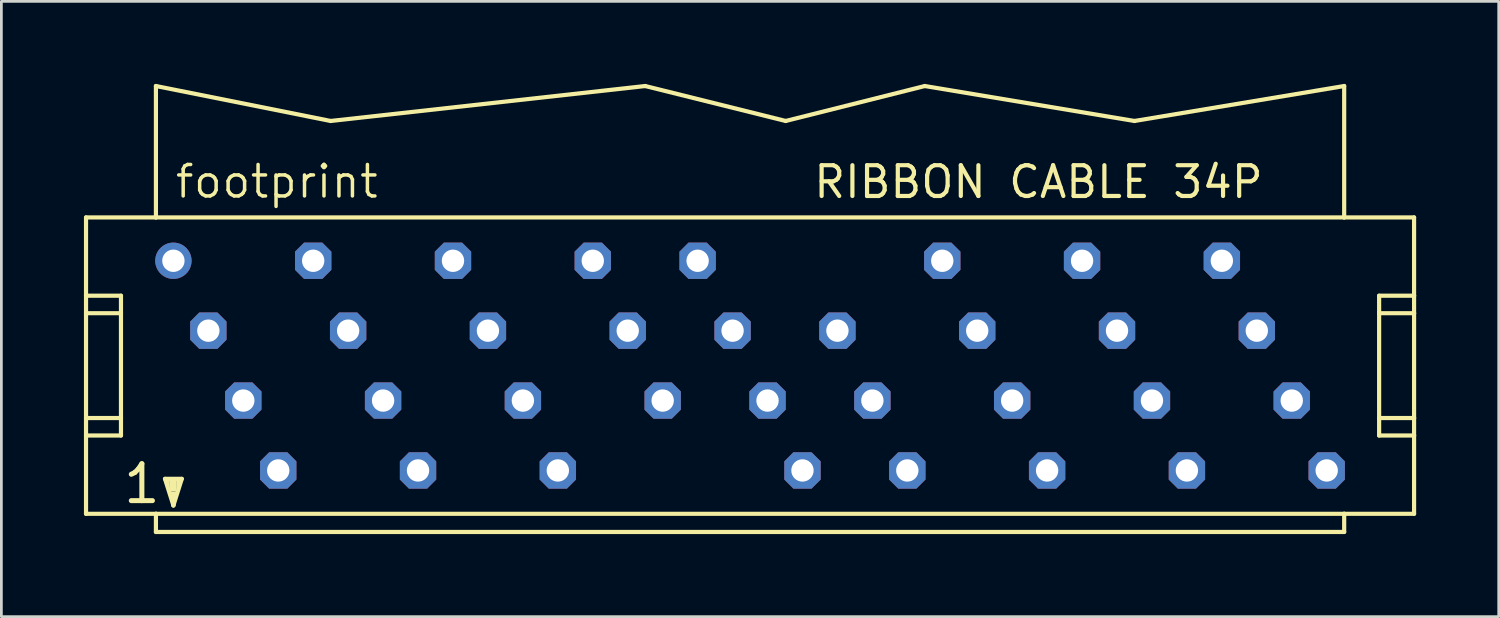
<source format=kicad_pcb>
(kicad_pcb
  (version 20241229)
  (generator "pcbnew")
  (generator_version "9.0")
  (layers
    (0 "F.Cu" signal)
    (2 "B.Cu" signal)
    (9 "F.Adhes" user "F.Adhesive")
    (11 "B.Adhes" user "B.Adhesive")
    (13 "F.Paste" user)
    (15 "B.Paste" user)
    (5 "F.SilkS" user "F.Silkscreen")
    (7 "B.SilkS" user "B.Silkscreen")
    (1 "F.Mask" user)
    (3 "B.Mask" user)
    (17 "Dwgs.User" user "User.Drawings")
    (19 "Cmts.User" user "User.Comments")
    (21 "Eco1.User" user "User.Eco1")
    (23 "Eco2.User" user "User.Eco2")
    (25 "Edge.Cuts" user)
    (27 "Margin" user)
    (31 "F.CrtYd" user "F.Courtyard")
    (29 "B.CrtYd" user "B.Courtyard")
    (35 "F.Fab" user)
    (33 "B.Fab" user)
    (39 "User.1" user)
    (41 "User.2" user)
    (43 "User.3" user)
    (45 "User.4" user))
  (footprint "footprint"
    (layer "F.Cu")
    (at 24.206 10.236)
    (property "Reference" "footprint" (at -20.955 -6.02 0) (layer "F.SilkS") (effects (font (size 1.143 1.143) (thickness 0.127)) (justify left bottom)))
    (fp_line (start -24.13 -5.385) (end -24.13 -2.54) (stroke (width 0.152) (type solid)) (layer "F.SilkS"))
    (fp_line (start -24.13 -2.54) (end -24.13 -1.905) (stroke (width 0.152) (type solid)) (layer "F.SilkS"))
    (fp_line (start -24.13 -2.54) (end -22.86 -2.54) (stroke (width 0.152) (type solid)) (layer "F.SilkS"))
    (fp_line (start -24.13 -1.905) (end -24.13 1.905) (stroke (width 0.152) (type solid)) (layer "F.SilkS"))
    (fp_line (start -24.13 -1.905) (end -22.86 -1.905) (stroke (width 0.152) (type solid)) (layer "F.SilkS"))
    (fp_line (start -24.13 1.905) (end -24.13 2.54) (stroke (width 0.152) (type solid)) (layer "F.SilkS"))
    (fp_line (start -24.13 1.905) (end -22.86 1.905) (stroke (width 0.152) (type solid)) (layer "F.SilkS"))
    (fp_line (start -24.13 2.54) (end -24.13 5.385) (stroke (width 0.152) (type solid)) (layer "F.SilkS"))
    (fp_line (start -24.13 5.385) (end -21.59 5.385) (stroke (width 0.152) (type solid)) (layer "F.SilkS"))
    (fp_line (start -22.86 -2.54) (end -22.86 -1.905) (stroke (width 0.152) (type solid)) (layer "F.SilkS"))
    (fp_line (start -22.86 -1.905) (end -22.86 1.905) (stroke (width 0.152) (type solid)) (layer "F.SilkS"))
    (fp_line (start -22.86 1.905) (end -22.86 2.54) (stroke (width 0.152) (type solid)) (layer "F.SilkS"))
    (fp_line (start -22.86 2.54) (end -24.13 2.54) (stroke (width 0.152) (type solid)) (layer "F.SilkS"))
    (fp_line (start -21.59 -5.385) (end -24.13 -5.385) (stroke (width 0.152) (type solid)) (layer "F.SilkS"))
    (fp_line (start -21.59 -5.385) (end -21.59 -10.16) (stroke (width 0.152) (type solid)) (layer "F.SilkS"))
    (fp_line (start -21.59 5.385) (end 21.59 5.385) (stroke (width 0.152) (type solid)) (layer "F.SilkS"))
    (fp_line (start -21.59 6.045) (end -21.59 5.385) (stroke (width 0.152) (type solid)) (layer "F.SilkS"))
    (fp_line (start -21.26 4.115) (end -20.65 4.115) (stroke (width 0.152) (type solid)) (layer "F.SilkS"))
    (fp_line (start -20.955 5.08) (end -21.26 4.115) (stroke (width 0.152) (type solid)) (layer "F.SilkS"))
    (fp_line (start -20.955 5.08) (end -20.955 4.826) (stroke (width 0.152) (type solid)) (layer "F.SilkS"))
    (fp_line (start -20.65 4.115) (end -20.955 5.08) (stroke (width 0.152) (type solid)) (layer "F.SilkS"))
    (fp_line (start -15.24 -8.89) (end -21.59 -10.16) (stroke (width 0.152) (type solid)) (layer "F.SilkS"))
    (fp_line (start -15.24 -8.89) (end -3.81 -10.16) (stroke (width 0.152) (type solid)) (layer "F.SilkS"))
    (fp_line (start 1.295 -8.89) (end -3.81 -10.16) (stroke (width 0.152) (type solid)) (layer "F.SilkS"))
    (fp_line (start 1.295 -8.89) (end 6.35 -10.16) (stroke (width 0.152) (type solid)) (layer "F.SilkS"))
    (fp_line (start 6.35 -10.16) (end 13.97 -8.89) (stroke (width 0.152) (type solid)) (layer "F.SilkS"))
    (fp_line (start 13.97 -8.89) (end 21.59 -10.16) (stroke (width 0.152) (type solid)) (layer "F.SilkS"))
    (fp_line (start 21.59 -10.16) (end 21.59 -5.385) (stroke (width 0.152) (type solid)) (layer "F.SilkS"))
    (fp_line (start 21.59 -5.385) (end -21.59 -5.385) (stroke (width 0.152) (type solid)) (layer "F.SilkS"))
    (fp_line (start 21.59 5.385) (end 21.59 6.045) (stroke (width 0.152) (type solid)) (layer "F.SilkS"))
    (fp_line (start 21.59 5.385) (end 24.13 5.385) (stroke (width 0.152) (type solid)) (layer "F.SilkS"))
    (fp_line (start 21.59 6.045) (end -21.59 6.045) (stroke (width 0.152) (type solid)) (layer "F.SilkS"))
    (fp_line (start 22.86 -2.54) (end 22.86 -1.905) (stroke (width 0.152) (type solid)) (layer "F.SilkS"))
    (fp_line (start 22.86 -2.54) (end 24.13 -2.54) (stroke (width 0.152) (type solid)) (layer "F.SilkS"))
    (fp_line (start 22.86 -1.905) (end 22.86 1.905) (stroke (width 0.152) (type solid)) (layer "F.SilkS"))
    (fp_line (start 22.86 -1.905) (end 24.13 -1.905) (stroke (width 0.152) (type solid)) (layer "F.SilkS"))
    (fp_line (start 22.86 1.905) (end 22.86 2.54) (stroke (width 0.152) (type solid)) (layer "F.SilkS"))
    (fp_line (start 22.86 1.905) (end 24.13 1.905) (stroke (width 0.152) (type solid)) (layer "F.SilkS"))
    (fp_line (start 24.13 -5.385) (end 21.59 -5.385) (stroke (width 0.152) (type solid)) (layer "F.SilkS"))
    (fp_line (start 24.13 -2.54) (end 24.13 -5.385) (stroke (width 0.152) (type solid)) (layer "F.SilkS"))
    (fp_line (start 24.13 -1.905) (end 24.13 -2.54) (stroke (width 0.152) (type solid)) (layer "F.SilkS"))
    (fp_line (start 24.13 1.905) (end 24.13 -1.905) (stroke (width 0.152) (type solid)) (layer "F.SilkS"))
    (fp_line (start 24.13 2.54) (end 22.86 2.54) (stroke (width 0.152) (type solid)) (layer "F.SilkS"))
    (fp_line (start 24.13 2.54) (end 24.13 1.905) (stroke (width 0.152) (type solid)) (layer "F.SilkS"))
    (fp_line (start 24.13 5.385) (end 24.13 2.54) (stroke (width 0.152) (type solid)) (layer "F.SilkS"))
    (fp_poly (pts (xy -21.209 4.445) (xy -21.082 4.445) (xy -21.082 4.064) (xy -21.209 4.064)) (stroke (width 0) (type solid)) (fill yes) (layer "F.SilkS"))
    (fp_poly (pts (xy -21.082 4.572) (xy -20.828 4.572) (xy -20.828 4.064) (xy -21.082 4.064)) (stroke (width 0) (type solid)) (fill yes) (layer "F.SilkS"))
    (fp_poly (pts (xy -21.082 4.826) (xy -20.828 4.826) (xy -20.828 4.572) (xy -21.082 4.572)) (stroke (width 0) (type solid)) (fill yes) (layer "F.SilkS"))
    (fp_poly (pts (xy -20.828 4.445) (xy -20.701 4.445) (xy -20.701 4.064) (xy -20.828 4.064)) (stroke (width 0) (type solid)) (fill yes) (layer "F.SilkS"))
    (fp_text user "1" (at -22.86 5.08 0) (layer "F.SilkS") (effects (font (size 1.341 1.341) (thickness 0.183)) (justify left bottom)))
    (fp_text user "RIBBON CABLE 34P" (at 2.235 -6.02 0) (layer "F.SilkS") (effects (font (size 1.118 1.118) (thickness 0.152)) (justify left bottom)))
    (pad "1" thru_hole circle (at -20.955 -3.81) (size 1.321 1.321) (drill 0.813) (layers "*.Cu" "*.Mask"))
    (pad "2" thru_hole roundrect (at -19.685 -1.27) (size 1.321 1.321) (drill 0.813) (layers "*.Cu" "*.Mask") (roundrect_rratio 0.25) (chamfer_ratio 0.25) (chamfer top_left top_right bottom_left bottom_right))
    (pad "3" thru_hole roundrect (at -18.415 1.27) (size 1.321 1.321) (drill 0.813) (layers "*.Cu" "*.Mask") (roundrect_rratio 0.25) (chamfer_ratio 0.25) (chamfer top_left top_right bottom_left bottom_right))
    (pad "4" thru_hole roundrect (at -17.145 3.81) (size 1.321 1.321) (drill 0.813) (layers "*.Cu" "*.Mask") (roundrect_rratio 0.25) (chamfer_ratio 0.25) (chamfer top_left top_right bottom_left bottom_right))
    (pad "5" thru_hole roundrect (at -15.875 -3.81) (size 1.321 1.321) (drill 0.813) (layers "*.Cu" "*.Mask") (roundrect_rratio 0.25) (chamfer_ratio 0.25) (chamfer top_left top_right bottom_left bottom_right))
    (pad "6" thru_hole roundrect (at -14.605 -1.27) (size 1.321 1.321) (drill 0.813) (layers "*.Cu" "*.Mask") (roundrect_rratio 0.25) (chamfer_ratio 0.25) (chamfer top_left top_right bottom_left bottom_right))
    (pad "7" thru_hole roundrect (at -13.335 1.27) (size 1.321 1.321) (drill 0.813) (layers "*.Cu" "*.Mask") (roundrect_rratio 0.25) (chamfer_ratio 0.25) (chamfer top_left top_right bottom_left bottom_right))
    (pad "8" thru_hole roundrect (at -12.065 3.81) (size 1.321 1.321) (drill 0.813) (layers "*.Cu" "*.Mask") (roundrect_rratio 0.25) (chamfer_ratio 0.25) (chamfer top_left top_right bottom_left bottom_right))
    (pad "9" thru_hole roundrect (at -10.795 -3.81) (size 1.321 1.321) (drill 0.813) (layers "*.Cu" "*.Mask") (roundrect_rratio 0.25) (chamfer_ratio 0.25) (chamfer top_left top_right bottom_left bottom_right))
    (pad "10" thru_hole roundrect (at -9.525 -1.27) (size 1.321 1.321) (drill 0.813) (layers "*.Cu" "*.Mask") (roundrect_rratio 0.25) (chamfer_ratio 0.25) (chamfer top_left top_right bottom_left bottom_right))
    (pad "11" thru_hole roundrect (at -8.255 1.27) (size 1.321 1.321) (drill 0.813) (layers "*.Cu" "*.Mask") (roundrect_rratio 0.25) (chamfer_ratio 0.25) (chamfer top_left top_right bottom_left bottom_right))
    (pad "12" thru_hole roundrect (at -6.985 3.81) (size 1.321 1.321) (drill 0.813) (layers "*.Cu" "*.Mask") (roundrect_rratio 0.25) (chamfer_ratio 0.25) (chamfer top_left top_right bottom_left bottom_right))
    (pad "13" thru_hole roundrect (at -5.715 -3.81) (size 1.321 1.321) (drill 0.813) (layers "*.Cu" "*.Mask") (roundrect_rratio 0.25) (chamfer_ratio 0.25) (chamfer top_left top_right bottom_left bottom_right))
    (pad "14" thru_hole roundrect (at -4.445 -1.27) (size 1.321 1.321) (drill 0.813) (layers "*.Cu" "*.Mask") (roundrect_rratio 0.25) (chamfer_ratio 0.25) (chamfer top_left top_right bottom_left bottom_right))
    (pad "15" thru_hole roundrect (at -3.175 1.27) (size 1.321 1.321) (drill 0.813) (layers "*.Cu" "*.Mask") (roundrect_rratio 0.25) (chamfer_ratio 0.25) (chamfer top_left top_right bottom_left bottom_right))
    (pad "16" thru_hole roundrect (at -1.905 -3.81) (size 1.321 1.321) (drill 0.813) (layers "*.Cu" "*.Mask") (roundrect_rratio 0.25) (chamfer_ratio 0.25) (chamfer top_left top_right bottom_left bottom_right))
    (pad "17" thru_hole roundrect (at -0.635 -1.27) (size 1.321 1.321) (drill 0.813) (layers "*.Cu" "*.Mask") (roundrect_rratio 0.25) (chamfer_ratio 0.25) (chamfer top_left top_right bottom_left bottom_right))
    (pad "18" thru_hole roundrect (at 0.635 1.27) (size 1.321 1.321) (drill 0.813) (layers "*.Cu" "*.Mask") (roundrect_rratio 0.25) (chamfer_ratio 0.25) (chamfer top_left top_right bottom_left bottom_right))
    (pad "19" thru_hole roundrect (at 1.905 3.81) (size 1.321 1.321) (drill 0.813) (layers "*.Cu" "*.Mask") (roundrect_rratio 0.25) (chamfer_ratio 0.25) (chamfer top_left top_right bottom_left bottom_right))
    (pad "20" thru_hole roundrect (at 3.175 -1.27) (size 1.321 1.321) (drill 0.813) (layers "*.Cu" "*.Mask") (roundrect_rratio 0.25) (chamfer_ratio 0.25) (chamfer top_left top_right bottom_left bottom_right))
    (pad "21" thru_hole roundrect (at 4.445 1.27) (size 1.321 1.321) (drill 0.813) (layers "*.Cu" "*.Mask") (roundrect_rratio 0.25) (chamfer_ratio 0.25) (chamfer top_left top_right bottom_left bottom_right))
    (pad "22" thru_hole roundrect (at 5.715 3.81) (size 1.321 1.321) (drill 0.813) (layers "*.Cu" "*.Mask") (roundrect_rratio 0.25) (chamfer_ratio 0.25) (chamfer top_left top_right bottom_left bottom_right))
    (pad "23" thru_hole roundrect (at 6.985 -3.81) (size 1.321 1.321) (drill 0.813) (layers "*.Cu" "*.Mask") (roundrect_rratio 0.25) (chamfer_ratio 0.25) (chamfer top_left top_right bottom_left bottom_right))
    (pad "24" thru_hole roundrect (at 8.255 -1.27) (size 1.321 1.321) (drill 0.813) (layers "*.Cu" "*.Mask") (roundrect_rratio 0.25) (chamfer_ratio 0.25) (chamfer top_left top_right bottom_left bottom_right))
    (pad "25" thru_hole roundrect (at 9.525 1.27) (size 1.321 1.321) (drill 0.813) (layers "*.Cu" "*.Mask") (roundrect_rratio 0.25) (chamfer_ratio 0.25) (chamfer top_left top_right bottom_left bottom_right))
    (pad "26" thru_hole roundrect (at 10.795 3.81) (size 1.321 1.321) (drill 0.813) (layers "*.Cu" "*.Mask") (roundrect_rratio 0.25) (chamfer_ratio 0.25) (chamfer top_left top_right bottom_left bottom_right))
    (pad "27" thru_hole roundrect (at 12.065 -3.81) (size 1.321 1.321) (drill 0.813) (layers "*.Cu" "*.Mask") (roundrect_rratio 0.25) (chamfer_ratio 0.25) (chamfer top_left top_right bottom_left bottom_right))
    (pad "28" thru_hole roundrect (at 13.335 -1.27) (size 1.321 1.321) (drill 0.813) (layers "*.Cu" "*.Mask") (roundrect_rratio 0.25) (chamfer_ratio 0.25) (chamfer top_left top_right bottom_left bottom_right))
    (pad "29" thru_hole roundrect (at 14.605 1.27) (size 1.321 1.321) (drill 0.813) (layers "*.Cu" "*.Mask") (roundrect_rratio 0.25) (chamfer_ratio 0.25) (chamfer top_left top_right bottom_left bottom_right))
    (pad "30" thru_hole roundrect (at 15.875 3.81) (size 1.321 1.321) (drill 0.813) (layers "*.Cu" "*.Mask") (roundrect_rratio 0.25) (chamfer_ratio 0.25) (chamfer top_left top_right bottom_left bottom_right))
    (pad "31" thru_hole roundrect (at 17.145 -3.81) (size 1.321 1.321) (drill 0.813) (layers "*.Cu" "*.Mask") (roundrect_rratio 0.25) (chamfer_ratio 0.25) (chamfer top_left top_right bottom_left bottom_right))
    (pad "32" thru_hole roundrect (at 18.415 -1.27) (size 1.321 1.321) (drill 0.813) (layers "*.Cu" "*.Mask") (roundrect_rratio 0.25) (chamfer_ratio 0.25) (chamfer top_left top_right bottom_left bottom_right))
    (pad "33" thru_hole roundrect (at 19.685 1.27) (size 1.321 1.321) (drill 0.813) (layers "*.Cu" "*.Mask") (roundrect_rratio 0.25) (chamfer_ratio 0.25) (chamfer top_left top_right bottom_left bottom_right))
    (pad "34" thru_hole roundrect (at 20.955 3.81) (size 1.321 1.321) (drill 0.813) (layers "*.Cu" "*.Mask") (roundrect_rratio 0.25) (chamfer_ratio 0.25) (chamfer top_left top_right bottom_left bottom_right)))
  (gr_rect
    (start -3 -3)
    (end 51.412 19.358)
    (stroke (width 0.1) (type default))
    (fill no)
    (layer "Edge.Cuts")))
</source>
